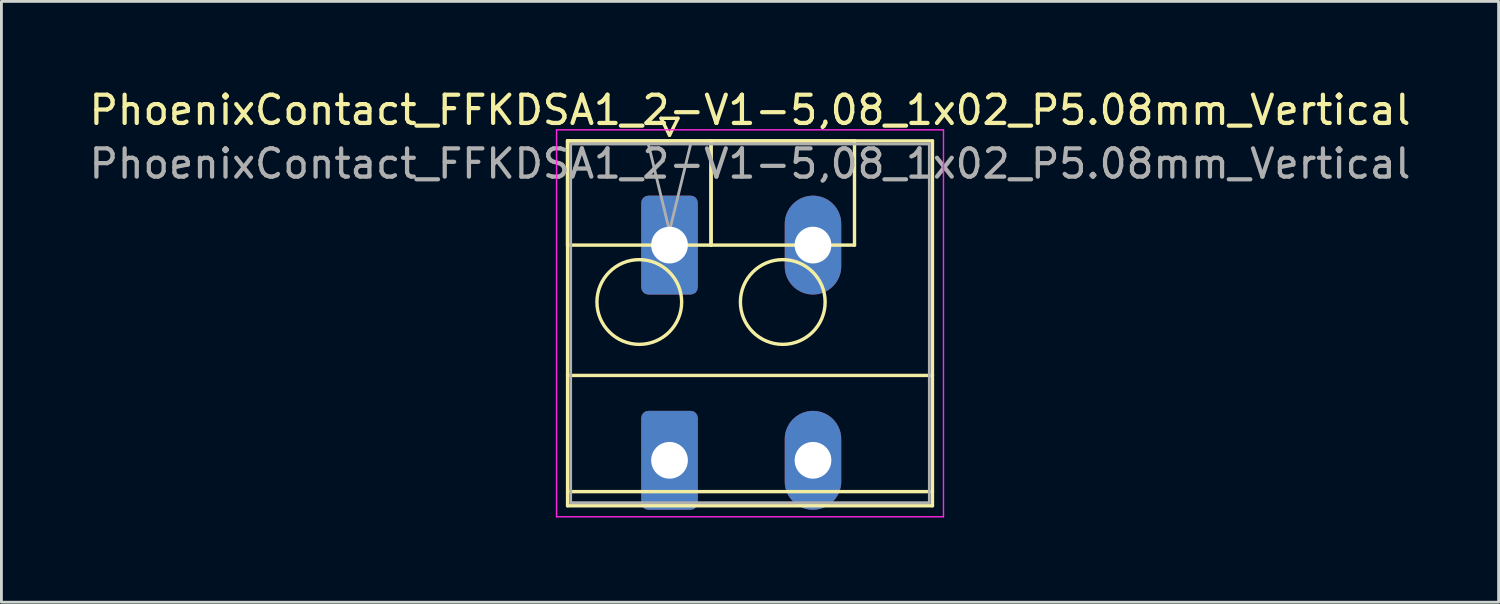
<source format=kicad_pcb>
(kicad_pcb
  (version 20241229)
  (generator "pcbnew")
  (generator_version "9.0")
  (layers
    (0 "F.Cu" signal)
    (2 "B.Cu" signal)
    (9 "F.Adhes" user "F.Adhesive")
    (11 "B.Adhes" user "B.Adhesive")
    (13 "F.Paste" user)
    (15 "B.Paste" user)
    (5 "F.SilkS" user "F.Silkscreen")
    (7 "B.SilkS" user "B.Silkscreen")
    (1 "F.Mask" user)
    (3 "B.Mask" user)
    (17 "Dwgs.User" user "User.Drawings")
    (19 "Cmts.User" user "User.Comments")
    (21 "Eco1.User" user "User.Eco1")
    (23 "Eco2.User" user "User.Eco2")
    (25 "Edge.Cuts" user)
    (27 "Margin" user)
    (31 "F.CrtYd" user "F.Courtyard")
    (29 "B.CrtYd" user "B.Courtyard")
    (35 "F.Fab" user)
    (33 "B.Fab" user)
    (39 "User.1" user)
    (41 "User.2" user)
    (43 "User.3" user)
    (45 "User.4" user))
  (footprint "PhoenixContact_FFKDSA1_2-V1-5,08_1x02_P5.08mm_Vertical"
    (layer "F.Cu")
    (at 20.656 5.628)
    (property "Reference" "PhoenixContact_FFKDSA1_2-V1-5,08_1x02_P5.08mm_Vertical" (at 2.85 -4.78 0) (layer "F.SilkS") (effects (font (size 1 1) (thickness 0.15))))
    (attr through_hole)
    (fp_line (start -3.61 -3.69) (end -3.61 0) (stroke (width 0.12) (type solid)) (layer "F.SilkS"))
    (fp_line (start -3.61 -3.69) (end -3.61 9.23) (stroke (width 0.12) (type solid)) (layer "F.SilkS"))
    (fp_line (start -3.61 0) (end 1.47 0) (stroke (width 0.12) (type solid)) (layer "F.SilkS"))
    (fp_line (start -3.61 4.615) (end 9.31 4.615) (stroke (width 0.12) (type solid)) (layer "F.SilkS"))
    (fp_line (start -3.61 8.73) (end 9.31 8.73) (stroke (width 0.12) (type solid)) (layer "F.SilkS"))
    (fp_line (start -3.61 9.23) (end 9.31 9.23) (stroke (width 0.12) (type solid)) (layer "F.SilkS"))
    (fp_line (start -0.3 -4.49) (end 0.3 -4.49) (stroke (width 0.12) (type solid)) (layer "F.SilkS"))
    (fp_line (start 0 -3.89) (end -0.3 -4.49) (stroke (width 0.12) (type solid)) (layer "F.SilkS"))
    (fp_line (start 0.3 -4.49) (end 0 -3.89) (stroke (width 0.12) (type solid)) (layer "F.SilkS"))
    (fp_line (start 1.47 -3.69) (end -3.61 -3.69) (stroke (width 0.12) (type solid)) (layer "F.SilkS"))
    (fp_line (start 1.47 -3.69) (end 1.47 0) (stroke (width 0.12) (type solid)) (layer "F.SilkS"))
    (fp_line (start 1.47 0) (end 1.47 -3.69) (stroke (width 0.12) (type solid)) (layer "F.SilkS"))
    (fp_line (start 1.47 0) (end 6.55 0) (stroke (width 0.12) (type solid)) (layer "F.SilkS"))
    (fp_line (start 6.55 -3.69) (end 1.47 -3.69) (stroke (width 0.12) (type solid)) (layer "F.SilkS"))
    (fp_line (start 6.55 0) (end 6.55 -3.69) (stroke (width 0.12) (type solid)) (layer "F.SilkS"))
    (fp_line (start 9.31 -3.69) (end -3.61 -3.69) (stroke (width 0.12) (type solid)) (layer "F.SilkS"))
    (fp_line (start 9.31 9.23) (end 9.31 -3.69) (stroke (width 0.12) (type solid)) (layer "F.SilkS"))
    (fp_circle (center -1.07 2.015) (end 0.43 2.015) (stroke (width 0.12) (type solid)) (fill no) (layer "F.SilkS"))
    (fp_circle (center 4.01 2.015) (end 5.51 2.015) (stroke (width 0.12) (type solid)) (fill no) (layer "F.SilkS"))
    (fp_line (start -4 -4.08) (end -4 9.62) (stroke (width 0.05) (type solid)) (layer "F.CrtYd"))
    (fp_line (start -4 9.62) (end 9.7 9.62) (stroke (width 0.05) (type solid)) (layer "F.CrtYd"))
    (fp_line (start 9.7 -4.08) (end -4 -4.08) (stroke (width 0.05) (type solid)) (layer "F.CrtYd"))
    (fp_line (start 9.7 9.62) (end 9.7 -4.08) (stroke (width 0.05) (type solid)) (layer "F.CrtYd"))
    (fp_line (start -3.5 -3.58) (end -3.5 9.12) (stroke (width 0.1) (type solid)) (layer "F.Fab"))
    (fp_line (start -3.5 9.12) (end 9.2 9.12) (stroke (width 0.1) (type solid)) (layer "F.Fab"))
    (fp_line (start 0 -0.5) (end -0.75 -3.58) (stroke (width 0.1) (type solid)) (layer "F.Fab"))
    (fp_line (start 0.75 -3.58) (end 0 -0.5) (stroke (width 0.1) (type solid)) (layer "F.Fab"))
    (fp_line (start 9.2 -3.58) (end -3.5 -3.58) (stroke (width 0.1) (type solid)) (layer "F.Fab"))
    (fp_line (start 9.2 9.12) (end 9.2 -3.58) (stroke (width 0.1) (type solid)) (layer "F.Fab"))
    (fp_text user "${REFERENCE}" (at 2.85 -2.88 0) (layer "F.Fab") (effects (font (size 1 1) (thickness 0.15))))
    (pad "1" thru_hole roundrect (at 0 0) (size 2 3.5) (drill 1.3) (layers "*.Cu" "*.Mask") (roundrect_rratio 0.125))
    (pad "1" thru_hole roundrect (at 0 7.62) (size 2 3.5) (drill 1.3) (layers "*.Cu" "*.Mask") (roundrect_rratio 0.125))
    (pad "2" thru_hole oval (at 5.08 0) (size 2 3.5) (drill 1.3) (layers "*.Cu" "*.Mask"))
    (pad "2" thru_hole oval (at 5.08 7.62) (size 2 3.5) (drill 1.3) (layers "*.Cu" "*.Mask")))
  (gr_rect
    (start -3 -3)
    (end 50.012 18.273)
    (stroke (width 0.1) (type default))
    (fill no)
    (layer "Edge.Cuts")))
</source>
